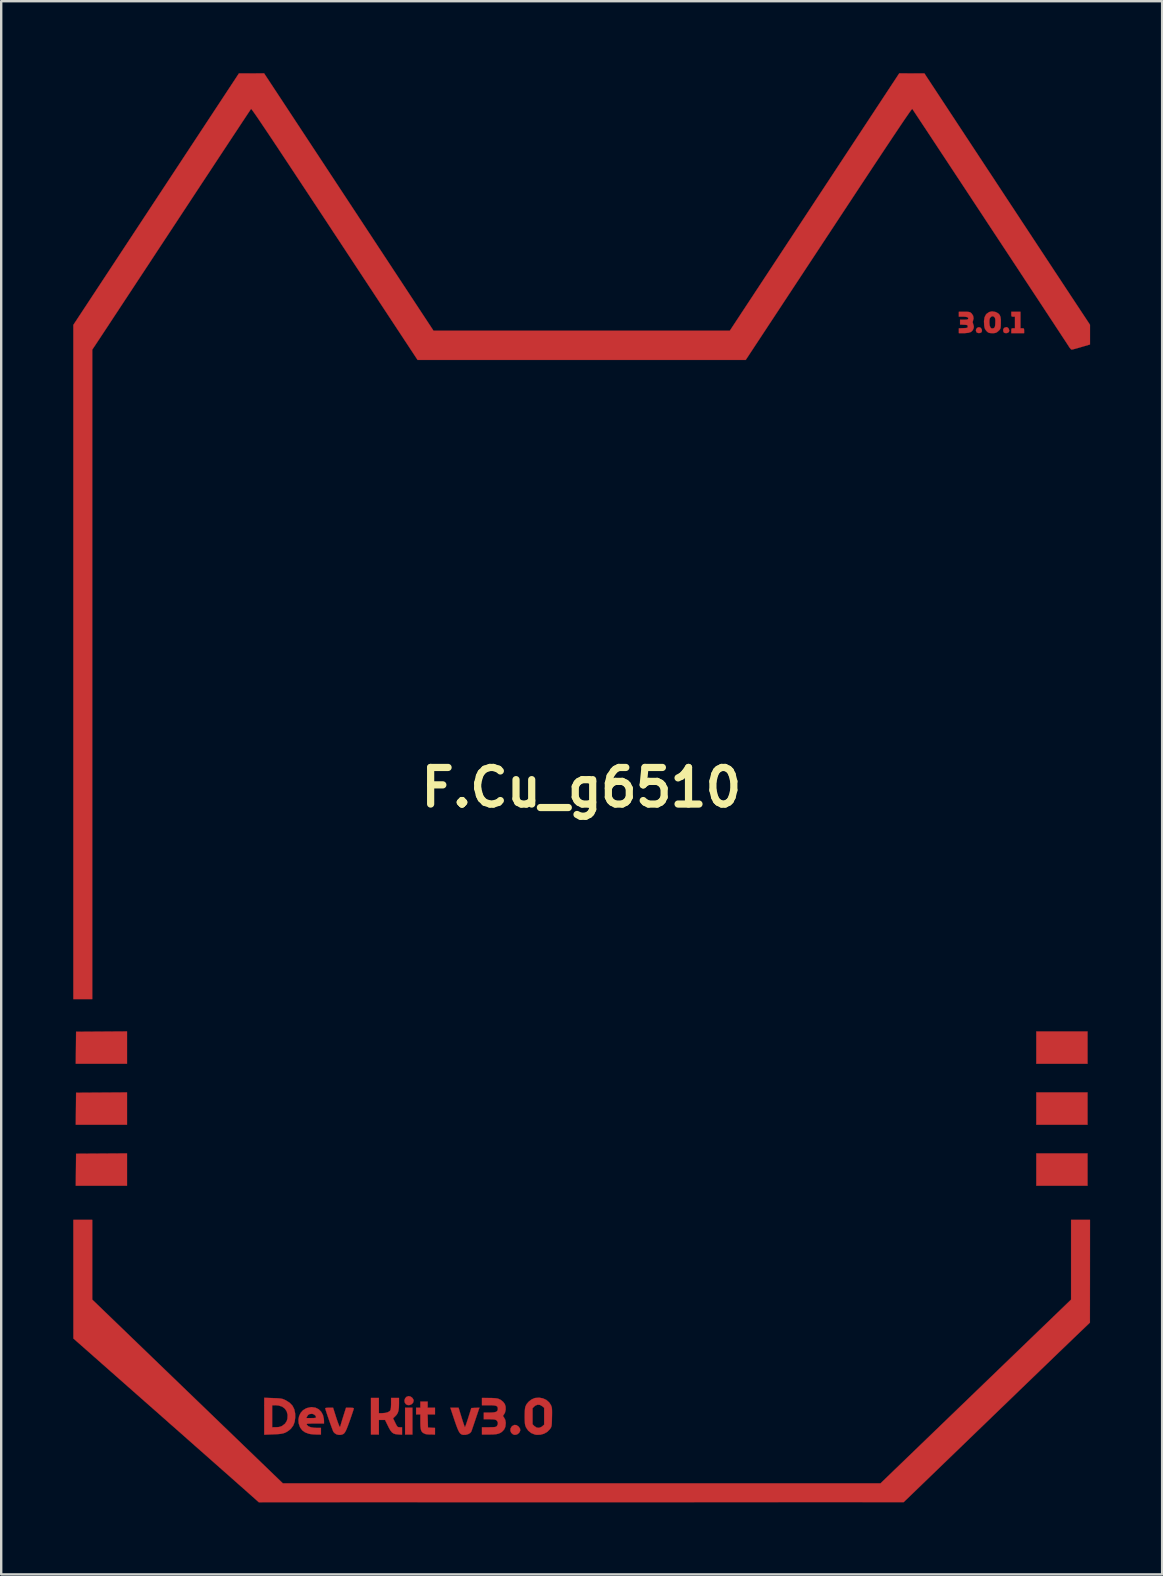
<source format=kicad_pcb>
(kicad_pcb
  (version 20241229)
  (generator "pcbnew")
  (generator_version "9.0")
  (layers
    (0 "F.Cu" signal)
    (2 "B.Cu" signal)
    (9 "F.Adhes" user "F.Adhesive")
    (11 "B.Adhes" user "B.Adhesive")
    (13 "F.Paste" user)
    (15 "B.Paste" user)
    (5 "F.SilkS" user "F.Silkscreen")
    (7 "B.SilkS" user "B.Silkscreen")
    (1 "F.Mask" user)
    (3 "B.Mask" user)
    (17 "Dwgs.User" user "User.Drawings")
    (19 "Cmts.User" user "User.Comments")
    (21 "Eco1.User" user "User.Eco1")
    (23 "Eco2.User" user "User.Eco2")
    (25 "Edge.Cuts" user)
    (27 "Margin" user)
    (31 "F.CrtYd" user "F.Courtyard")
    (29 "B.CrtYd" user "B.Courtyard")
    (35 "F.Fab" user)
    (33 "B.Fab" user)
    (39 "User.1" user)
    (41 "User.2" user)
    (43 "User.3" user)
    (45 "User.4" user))
  (footprint "F.Cu_g6510"
    (layer "F.Cu")
    (at 21.163 29.748)
    (property "Reference" "F.Cu_g6510" (at 0 0 0) (layer "F.SilkS") (effects (font (size 1.524 1.524) (thickness 0.3))))
    (attr through_hole)
    (fp_poly (pts (xy -18.923 11.506) (xy -21.057 11.506) (xy -21.044 10.173) (xy -18.923 10.159) (xy -18.923 11.506)) (stroke (width 0.01) (type solid)) (fill yes) (layer "F.Cu"))
    (fp_poly (pts (xy -18.923 14.046) (xy -21.057 14.046) (xy -21.044 12.713) (xy -18.923 12.699) (xy -18.923 14.046)) (stroke (width 0.01) (type solid)) (fill yes) (layer "F.Cu"))
    (fp_poly (pts (xy -18.923 16.586) (xy -21.057 16.586) (xy -21.044 15.253) (xy -18.923 15.239) (xy -18.923 16.586)) (stroke (width 0.01) (type solid)) (fill yes) (layer "F.Cu"))
    (fp_poly (pts (xy -7.036 26.949) (xy -7.341 26.949) (xy -7.341 25.832) (xy -7.036 25.832) (xy -7.036 26.949)) (stroke (width 0.01) (type solid)) (fill yes) (layer "F.Cu"))
    (fp_poly (pts (xy 21.082 11.506) (xy 18.948 11.506) (xy 18.948 10.16) (xy 21.082 10.16) (xy 21.082 11.506)) (stroke (width 0.01) (type solid)) (fill yes) (layer "F.Cu"))
    (fp_poly (pts (xy 21.082 14.046) (xy 18.948 14.046) (xy 18.948 12.7) (xy 21.082 12.7) (xy 21.082 14.046)) (stroke (width 0.01) (type solid)) (fill yes) (layer "F.Cu"))
    (fp_poly (pts (xy 21.082 16.586) (xy 18.948 16.586) (xy 18.948 15.24) (xy 21.082 15.24) (xy 21.082 16.586)) (stroke (width 0.01) (type solid)) (fill yes) (layer "F.Cu"))
    (fp_poly (pts (xy 16.597 -19.164) (xy 16.636 -19.14) (xy 16.679 -19.075) (xy 16.684 -19.005) (xy 16.657 -18.953) (xy 16.602 -18.928) (xy 16.531 -18.927) (xy 16.471 -18.949) (xy 16.46 -18.96) (xy 16.432 -19.024) (xy 16.441 -19.087) (xy 16.479 -19.138) (xy 16.534 -19.168) (xy 16.597 -19.164)) (stroke (width 0.01) (type solid)) (fill yes) (layer "F.Cu"))
    (fp_poly (pts (xy 17.763 -19.152) (xy 17.796 -19.112) (xy 17.824 -19.035) (xy 17.807 -18.972) (xy 17.75 -18.932) (xy 17.691 -18.923) (xy 17.625 -18.931) (xy 17.589 -18.961) (xy 17.577 -18.986) (xy 17.565 -19.069) (xy 17.599 -19.132) (xy 17.629 -19.152) (xy 17.704 -19.175) (xy 17.763 -19.152)) (stroke (width 0.01) (type solid)) (fill yes) (layer "F.Cu"))
    (fp_poly (pts (xy -7.106 25.371) (xy -7.036 25.425) (xy -6.992 25.498) (xy -6.985 25.54) (xy -7.007 25.621) (xy -7.063 25.683) (xy -7.14 25.719) (xy -7.224 25.724) (xy -7.3 25.693) (xy -7.315 25.679) (xy -7.361 25.604) (xy -7.367 25.52) (xy -7.34 25.44) (xy -7.284 25.379) (xy -7.204 25.35) (xy -7.187 25.349) (xy -7.106 25.371)) (stroke (width 0.01) (type solid)) (fill yes) (layer "F.Cu"))
    (fp_poly (pts (xy -2.704 26.556) (xy -2.619 26.613) (xy -2.614 26.617) (xy -2.554 26.702) (xy -2.545 26.787) (xy -2.587 26.871) (xy -2.597 26.884) (xy -2.681 26.947) (xy -2.772 26.963) (xy -2.845 26.943) (xy -2.92 26.879) (xy -2.956 26.796) (xy -2.952 26.705) (xy -2.907 26.622) (xy -2.877 26.593) (xy -2.79 26.549) (xy -2.704 26.556)) (stroke (width 0.01) (type solid)) (fill yes) (layer "F.Cu"))
    (fp_poly (pts (xy 18.288 -19.126) (xy 18.364 -19.126) (xy 18.413 -19.122) (xy 18.435 -19.1) (xy 18.44 -19.046) (xy 18.44 -19.025) (xy 18.44 -18.923) (xy 17.907 -18.923) (xy 17.907 -19.025) (xy 17.91 -19.09) (xy 17.926 -19.119) (xy 17.967 -19.126) (xy 17.983 -19.126) (xy 18.059 -19.126) (xy 18.059 -19.609) (xy 17.983 -19.609) (xy 17.934 -19.613) (xy 17.913 -19.635) (xy 17.907 -19.689) (xy 17.907 -19.71) (xy 17.907 -19.812) (xy 18.288 -19.812) (xy 18.288 -19.126)) (stroke (width 0.01) (type solid)) (fill yes) (layer "F.Cu"))
    (fp_poly (pts (xy -6.401 25.832) (xy -6.096 25.832) (xy -6.096 26.111) (xy -6.403 26.111) (xy -6.395 26.384) (xy -6.388 26.657) (xy -6.242 26.665) (xy -6.096 26.673) (xy -6.096 26.949) (xy -6.267 26.947) (xy -6.361 26.945) (xy -6.437 26.939) (xy -6.477 26.933) (xy -6.561 26.9) (xy -6.622 26.858) (xy -6.664 26.8) (xy -6.689 26.718) (xy -6.702 26.603) (xy -6.706 26.447) (xy -6.706 26.417) (xy -6.706 26.111) (xy -6.883 26.111) (xy -6.883 25.832) (xy -6.706 25.832) (xy -6.706 25.578) (xy -6.401 25.578) (xy -6.401 25.832)) (stroke (width 0.01) (type solid)) (fill yes) (layer "F.Cu"))
    (fp_poly (pts (xy -4.406 26.307) (xy -4.456 26.456) (xy -4.502 26.591) (xy -4.54 26.702) (xy -4.568 26.783) (xy -4.583 26.825) (xy -4.584 26.827) (xy -4.633 26.887) (xy -4.717 26.934) (xy -4.819 26.96) (xy -4.923 26.962) (xy -4.945 26.958) (xy -4.993 26.942) (xy -5.036 26.914) (xy -5.076 26.866) (xy -5.117 26.794) (xy -5.162 26.692) (xy -5.214 26.553) (xy -5.277 26.372) (xy -5.29 26.332) (xy -5.457 25.832) (xy -5.114 25.832) (xy -4.989 26.238) (xy -4.947 26.372) (xy -4.909 26.488) (xy -4.878 26.577) (xy -4.857 26.631) (xy -4.85 26.644) (xy -4.838 26.621) (xy -4.813 26.558) (xy -4.78 26.462) (xy -4.74 26.342) (xy -4.709 26.245) (xy -4.583 25.845) (xy -4.414 25.837) (xy -4.245 25.83) (xy -4.406 26.307)) (stroke (width 0.01) (type solid)) (fill yes) (layer "F.Cu"))
    (fp_poly (pts (xy -8.433 26.06) (xy -8.312 26.06) (xy -8.171 26.049) (xy -8.057 26.018) (xy -7.979 25.97) (xy -7.964 25.952) (xy -7.943 25.903) (xy -7.93 25.822) (xy -7.925 25.701) (xy -7.925 25.661) (xy -7.925 25.425) (xy -7.595 25.425) (xy -7.595 25.66) (xy -7.599 25.824) (xy -7.615 25.949) (xy -7.645 26.045) (xy -7.691 26.123) (xy -7.746 26.183) (xy -7.842 26.275) (xy -7.751 26.46) (xy -7.705 26.551) (xy -7.671 26.606) (xy -7.641 26.634) (xy -7.604 26.643) (xy -7.564 26.645) (xy -7.468 26.645) (xy -7.468 26.955) (xy -7.632 26.945) (xy -7.737 26.933) (xy -7.819 26.908) (xy -7.886 26.861) (xy -7.947 26.787) (xy -8.012 26.676) (xy -8.057 26.585) (xy -8.177 26.34) (xy -8.433 26.34) (xy -8.433 26.949) (xy -8.763 26.949) (xy -8.763 25.425) (xy -8.433 25.425) (xy -8.433 26.06)) (stroke (width 0.01) (type solid)) (fill yes) (layer "F.Cu"))
    (fp_poly (pts (xy -12.84 25.431) (xy -12.694 25.436) (xy -12.587 25.443) (xy -12.508 25.452) (xy -12.445 25.466) (xy -12.387 25.487) (xy -12.322 25.518) (xy -12.308 25.524) (xy -12.148 25.625) (xy -12.031 25.748) (xy -11.955 25.898) (xy -11.919 26.078) (xy -11.916 26.233) (xy -11.941 26.421) (xy -12 26.576) (xy -12.096 26.704) (xy -12.176 26.774) (xy -12.256 26.83) (xy -12.333 26.871) (xy -12.417 26.9) (xy -12.519 26.92) (xy -12.65 26.933) (xy -12.82 26.941) (xy -12.846 26.942) (xy -13.208 26.956) (xy -13.208 26.645) (xy -12.878 26.645) (xy -12.719 26.644) (xy -12.598 26.636) (xy -12.503 26.608) (xy -12.461 26.587) (xy -12.344 26.498) (xy -12.271 26.387) (xy -12.243 26.292) (xy -12.235 26.129) (xy -12.271 25.988) (xy -12.347 25.873) (xy -12.459 25.789) (xy -12.603 25.741) (xy -12.719 25.731) (xy -12.878 25.73) (xy -12.878 26.645) (xy -13.208 26.645) (xy -13.208 25.418) (xy -12.84 25.431)) (stroke (width 0.01) (type solid)) (fill yes) (layer "F.Cu"))
    (fp_poly (pts (xy 16.064 -19.811) (xy 16.136 -19.806) (xy 16.185 -19.794) (xy 16.221 -19.772) (xy 16.258 -19.738) (xy 16.316 -19.648) (xy 16.335 -19.543) (xy 16.312 -19.441) (xy 16.307 -19.432) (xy 16.297 -19.374) (xy 16.321 -19.293) (xy 16.321 -19.291) (xy 16.345 -19.214) (xy 16.341 -19.145) (xy 16.331 -19.109) (xy 16.288 -19.027) (xy 16.22 -18.97) (xy 16.12 -18.937) (xy 15.98 -18.924) (xy 15.932 -18.923) (xy 15.723 -18.923) (xy 15.723 -19.124) (xy 15.907 -19.131) (xy 16.002 -19.136) (xy 16.057 -19.144) (xy 16.083 -19.158) (xy 16.09 -19.184) (xy 16.091 -19.202) (xy 16.087 -19.237) (xy 16.069 -19.257) (xy 16.025 -19.267) (xy 15.943 -19.273) (xy 15.932 -19.273) (xy 15.773 -19.281) (xy 15.773 -19.482) (xy 15.936 -19.482) (xy 16.037 -19.486) (xy 16.094 -19.5) (xy 16.112 -19.517) (xy 16.111 -19.562) (xy 16.067 -19.591) (xy 15.977 -19.606) (xy 15.895 -19.609) (xy 15.723 -19.609) (xy 15.723 -19.812) (xy 15.953 -19.812) (xy 16.064 -19.811)) (stroke (width 0.01) (type solid)) (fill yes) (layer "F.Cu"))
    (fp_poly (pts (xy -20.371 19.668) (xy -20.371 21.328) (xy -16.402 25.155) (xy -12.433 28.981) (xy 12.46 28.981) (xy 20.396 21.329) (xy 20.396 18.009) (xy 21.184 18.009) (xy 21.183 20.149) (xy 21.181 22.288) (xy 20.617 22.827) (xy 20.539 22.902) (xy 20.426 23.011) (xy 20.281 23.15) (xy 20.107 23.318) (xy 19.904 23.512) (xy 19.677 23.731) (xy 19.426 23.973) (xy 19.155 24.234) (xy 18.865 24.514) (xy 18.559 24.809) (xy 18.239 25.117) (xy 17.907 25.438) (xy 17.566 25.767) (xy 17.217 26.103) (xy 16.864 26.445) (xy 16.739 26.565) (xy 13.424 29.765) (xy -0.005 29.767) (xy -13.434 29.769) (xy -14.157 29.127) (xy -14.258 29.038) (xy -14.394 28.918) (xy -14.563 28.768) (xy -14.762 28.592) (xy -14.989 28.392) (xy -15.24 28.17) (xy -15.514 27.928) (xy -15.807 27.669) (xy -16.118 27.395) (xy -16.442 27.108) (xy -16.778 26.811) (xy -17.124 26.507) (xy -17.475 26.196) (xy -17.83 25.883) (xy -18.018 25.718) (xy -21.156 22.949) (xy -21.157 20.479) (xy -21.158 18.009) (xy -20.371 18.009) (xy -20.371 19.668)) (stroke (width 0.01) (type solid)) (fill yes) (layer "F.Cu"))
    (fp_poly (pts (xy -10.211 26.239) (xy -10.167 26.372) (xy -10.126 26.485) (xy -10.092 26.571) (xy -10.068 26.621) (xy -10.057 26.631) (xy -10.034 26.596) (xy -10.033 26.589) (xy -10.026 26.557) (xy -10.005 26.485) (xy -9.975 26.383) (xy -9.937 26.261) (xy -9.917 26.197) (xy -9.802 25.832) (xy -9.638 25.832) (xy -9.54 25.836) (xy -9.488 25.847) (xy -9.476 25.864) (xy -9.485 25.896) (xy -9.508 25.969) (xy -9.543 26.074) (xy -9.587 26.204) (xy -9.638 26.35) (xy -9.647 26.376) (xy -9.712 26.555) (xy -9.765 26.693) (xy -9.81 26.794) (xy -9.851 26.865) (xy -9.893 26.912) (xy -9.939 26.94) (xy -9.993 26.956) (xy -10.034 26.963) (xy -10.122 26.961) (xy -10.203 26.939) (xy -10.272 26.895) (xy -10.324 26.84) (xy -10.342 26.802) (xy -10.372 26.726) (xy -10.411 26.62) (xy -10.456 26.496) (xy -10.504 26.361) (xy -10.551 26.225) (xy -10.594 26.097) (xy -10.63 25.987) (xy -10.655 25.904) (xy -10.667 25.857) (xy -10.668 25.852) (xy -10.645 25.842) (xy -10.584 25.834) (xy -10.504 25.832) (xy -10.34 25.832) (xy -10.211 26.239)) (stroke (width 0.01) (type solid)) (fill yes) (layer "F.Cu"))
    (fp_poly (pts (xy 17.238 -19.807) (xy 17.284 -19.79) (xy 17.366 -19.742) (xy 17.423 -19.681) (xy 17.457 -19.595) (xy 17.472 -19.478) (xy 17.471 -19.323) (xy 17.466 -19.214) (xy 17.459 -19.143) (xy 17.444 -19.096) (xy 17.417 -19.058) (xy 17.374 -19.016) (xy 17.368 -19.01) (xy 17.309 -18.961) (xy 17.256 -18.935) (xy 17.19 -18.924) (xy 17.117 -18.923) (xy 17.027 -18.926) (xy 16.968 -18.938) (xy 16.92 -18.968) (xy 16.879 -19.006) (xy 16.827 -19.069) (xy 16.796 -19.139) (xy 16.778 -19.236) (xy 16.771 -19.372) (xy 16.993 -19.372) (xy 17.004 -19.248) (xy 17.035 -19.163) (xy 17.084 -19.119) (xy 17.148 -19.121) (xy 17.183 -19.138) (xy 17.211 -19.165) (xy 17.228 -19.208) (xy 17.237 -19.282) (xy 17.241 -19.354) (xy 17.243 -19.46) (xy 17.235 -19.529) (xy 17.216 -19.573) (xy 17.206 -19.586) (xy 17.149 -19.628) (xy 17.093 -19.622) (xy 17.043 -19.583) (xy 17.013 -19.541) (xy 16.998 -19.48) (xy 16.993 -19.387) (xy 16.993 -19.372) (xy 16.771 -19.372) (xy 16.769 -19.427) (xy 16.792 -19.58) (xy 16.85 -19.696) (xy 16.876 -19.726) (xy 16.983 -19.801) (xy 17.105 -19.829) (xy 17.238 -19.807)) (stroke (width 0.01) (type solid)) (fill yes) (layer "F.Cu"))
    (fp_poly (pts (xy -11.074 25.83) (xy -10.941 25.895) (xy -10.836 25.999) (xy -10.762 26.135) (xy -10.724 26.3) (xy -10.719 26.389) (xy -10.719 26.492) (xy -11.088 26.492) (xy -11.231 26.492) (xy -11.331 26.494) (xy -11.394 26.497) (xy -11.428 26.504) (xy -11.439 26.516) (xy -11.435 26.533) (xy -11.429 26.545) (xy -11.368 26.606) (xy -11.262 26.647) (xy -11.115 26.668) (xy -11.037 26.67) (xy -10.846 26.67) (xy -10.846 26.949) (xy -11.043 26.948) (xy -11.157 26.943) (xy -11.269 26.931) (xy -11.354 26.915) (xy -11.355 26.915) (xy -11.509 26.857) (xy -11.624 26.774) (xy -11.709 26.661) (xy -11.72 26.639) (xy -11.773 26.484) (xy -11.784 26.328) (xy -11.772 26.264) (xy -11.457 26.264) (xy -11.253 26.264) (xy -11.148 26.262) (xy -11.086 26.255) (xy -11.056 26.242) (xy -11.049 26.226) (xy -11.071 26.169) (xy -11.126 26.118) (xy -11.197 26.089) (xy -11.225 26.086) (xy -11.317 26.096) (xy -11.378 26.131) (xy -11.419 26.19) (xy -11.457 26.264) (xy -11.772 26.264) (xy -11.755 26.179) (xy -11.691 26.046) (xy -11.594 25.937) (xy -11.468 25.86) (xy -11.424 25.845) (xy -11.336 25.823) (xy -11.258 25.809) (xy -11.229 25.807) (xy -11.074 25.83)) (stroke (width 0.01) (type solid)) (fill yes) (layer "F.Cu"))
    (fp_poly (pts (xy -1.6 25.442) (xy -1.457 25.508) (xy -1.341 25.609) (xy -1.272 25.714) (xy -1.25 25.762) (xy -1.235 25.81) (xy -1.226 25.867) (xy -1.222 25.943) (xy -1.221 26.048) (xy -1.223 26.192) (xy -1.224 26.222) (xy -1.227 26.372) (xy -1.231 26.48) (xy -1.237 26.556) (xy -1.247 26.611) (xy -1.263 26.652) (xy -1.286 26.691) (xy -1.308 26.724) (xy -1.417 26.836) (xy -1.555 26.915) (xy -1.712 26.958) (xy -1.875 26.96) (xy -1.943 26.947) (xy -2.093 26.885) (xy -2.216 26.784) (xy -2.306 26.65) (xy -2.337 26.566) (xy -2.35 26.493) (xy -2.357 26.384) (xy -2.361 26.253) (xy -2.36 26.114) (xy -2.356 25.981) (xy -2.347 25.87) (xy -2.344 25.853) (xy -2.032 25.853) (xy -2.032 26.522) (xy -1.958 26.596) (xy -1.866 26.657) (xy -1.767 26.67) (xy -1.666 26.633) (xy -1.628 26.604) (xy -1.549 26.538) (xy -1.549 25.836) (xy -1.628 25.771) (xy -1.727 25.714) (xy -1.827 25.707) (xy -1.923 25.749) (xy -1.958 25.779) (xy -2.032 25.853) (xy -2.344 25.853) (xy -2.334 25.794) (xy -2.281 25.682) (xy -2.191 25.577) (xy -2.078 25.49) (xy -1.956 25.434) (xy -1.928 25.427) (xy -1.76 25.413) (xy -1.6 25.442)) (stroke (width 0.01) (type solid)) (fill yes) (layer "F.Cu"))
    (fp_poly (pts (xy -3.854 25.426) (xy -3.728 25.428) (xy -3.611 25.434) (xy -3.519 25.444) (xy -3.474 25.452) (xy -3.358 25.505) (xy -3.254 25.59) (xy -3.187 25.681) (xy -3.154 25.79) (xy -3.152 25.914) (xy -3.179 26.032) (xy -3.208 26.088) (xy -3.266 26.175) (xy -3.208 26.261) (xy -3.167 26.344) (xy -3.15 26.445) (xy -3.15 26.484) (xy -3.165 26.625) (xy -3.214 26.736) (xy -3.302 26.831) (xy -3.371 26.879) (xy -3.451 26.913) (xy -3.552 26.935) (xy -3.684 26.946) (xy -3.854 26.949) (xy -4.14 26.949) (xy -4.14 26.645) (xy -3.852 26.645) (xy -3.724 26.644) (xy -3.637 26.64) (xy -3.581 26.632) (xy -3.545 26.617) (xy -3.52 26.596) (xy -3.519 26.595) (xy -3.479 26.519) (xy -3.481 26.437) (xy -3.522 26.368) (xy -3.53 26.36) (xy -3.569 26.338) (xy -3.623 26.323) (xy -3.705 26.316) (xy -3.826 26.314) (xy -4.064 26.314) (xy -4.064 26.035) (xy -3.828 26.035) (xy -3.684 26.03) (xy -3.583 26.014) (xy -3.52 25.984) (xy -3.487 25.937) (xy -3.48 25.883) (xy -3.486 25.823) (xy -3.508 25.781) (xy -3.553 25.753) (xy -3.63 25.738) (xy -3.745 25.731) (xy -3.85 25.73) (xy -4.14 25.73) (xy -4.14 25.425) (xy -3.854 25.426)) (stroke (width 0.01) (type solid)) (fill yes) (layer "F.Cu"))
    (fp_poly (pts (xy 13.763 -29.742) (xy 14.287 -29.741) (xy 16.89 -25.786) (xy 17.173 -25.358) (xy 17.456 -24.927) (xy 17.738 -24.498) (xy 18.018 -24.074) (xy 18.292 -23.657) (xy 18.559 -23.252) (xy 18.817 -22.86) (xy 19.064 -22.485) (xy 19.298 -22.13) (xy 19.517 -21.798) (xy 19.718 -21.492) (xy 19.901 -21.216) (xy 20.062 -20.971) (xy 20.199 -20.763) (xy 20.312 -20.592) (xy 20.338 -20.552) (xy 21.184 -19.272) (xy 21.184 -18.451) (xy 20.821 -18.344) (xy 20.691 -18.306) (xy 20.576 -18.274) (xy 20.487 -18.251) (xy 20.432 -18.239) (xy 20.421 -18.237) (xy 20.387 -18.257) (xy 20.342 -18.309) (xy 20.317 -18.345) (xy 20.295 -18.381) (xy 20.246 -18.456) (xy 20.173 -18.568) (xy 20.076 -18.715) (xy 19.958 -18.895) (xy 19.82 -19.105) (xy 19.664 -19.343) (xy 19.49 -19.607) (xy 19.301 -19.895) (xy 19.098 -20.204) (xy 18.882 -20.532) (xy 18.655 -20.876) (xy 18.419 -21.235) (xy 18.175 -21.607) (xy 17.924 -21.988) (xy 17.668 -22.376) (xy 17.408 -22.77) (xy 17.146 -23.168) (xy 16.884 -23.565) (xy 16.623 -23.962) (xy 16.364 -24.354) (xy 16.11 -24.741) (xy 15.86 -25.119) (xy 15.618 -25.487) (xy 15.384 -25.841) (xy 15.16 -26.181) (xy 14.947 -26.503) (xy 14.748 -26.805) (xy 14.563 -27.086) (xy 14.394 -27.342) (xy 14.242 -27.571) (xy 14.109 -27.772) (xy 13.997 -27.942) (xy 13.907 -28.078) (xy 13.84 -28.178) (xy 13.798 -28.241) (xy 13.783 -28.263) (xy 13.773 -28.257) (xy 13.75 -28.23) (xy 13.713 -28.181) (xy 13.661 -28.109) (xy 13.594 -28.012) (xy 13.51 -27.891) (xy 13.409 -27.743) (xy 13.29 -27.567) (xy 13.153 -27.362) (xy 12.996 -27.128) (xy 12.819 -26.862) (xy 12.62 -26.564) (xy 12.4 -26.232) (xy 12.157 -25.865) (xy 11.891 -25.463) (xy 11.601 -25.024) (xy 11.286 -24.546) (xy 10.945 -24.029) (xy 10.578 -23.472) (xy 10.3 -23.05) (xy 6.845 -17.806) (xy -6.82 -17.806) (xy -10.274 -23.05) (xy -10.66 -23.637) (xy -11.02 -24.182) (xy -11.353 -24.687) (xy -11.661 -25.153) (xy -11.944 -25.581) (xy -12.203 -25.973) (xy -12.439 -26.329) (xy -12.652 -26.651) (xy -12.844 -26.94) (xy -13.015 -27.196) (xy -13.167 -27.422) (xy -13.299 -27.618) (xy -13.412 -27.786) (xy -13.508 -27.927) (xy -13.587 -28.041) (xy -13.65 -28.13) (xy -13.698 -28.196) (xy -13.731 -28.239) (xy -13.751 -28.261) (xy -13.757 -28.263) (xy -13.773 -28.239) (xy -13.816 -28.175) (xy -13.885 -28.072) (xy -13.977 -27.933) (xy -14.093 -27.758) (xy -14.229 -27.552) (xy -14.386 -27.314) (xy -14.562 -27.048) (xy -14.756 -26.754) (xy -14.966 -26.436) (xy -15.191 -26.095) (xy -15.429 -25.733) (xy -15.681 -25.352) (xy -15.943 -24.954) (xy -16.215 -24.541) (xy -16.496 -24.114) (xy -16.784 -23.677) (xy -16.803 -23.647) (xy -17.096 -23.203) (xy -17.383 -22.767) (xy -17.664 -22.341) (xy -17.936 -21.927) (xy -18.199 -21.527) (xy -18.452 -21.144) (xy -18.692 -20.779) (xy -18.918 -20.436) (xy -19.129 -20.116) (xy -19.323 -19.821) (xy -19.5 -19.553) (xy -19.656 -19.315) (xy -19.792 -19.109) (xy -19.906 -18.936) (xy -19.996 -18.8) (xy -20.06 -18.702) (xy -20.096 -18.648) (xy -20.371 -18.234) (xy -20.371 8.814) (xy -21.158 8.814) (xy -21.158 -19.266) (xy -17.71 -24.503) (xy -14.262 -29.741) (xy -13.738 -29.742) (xy -13.213 -29.743) (xy -9.686 -24.385) (xy -6.16 -19.027) (xy 6.185 -19.027) (xy 9.712 -24.385) (xy 13.239 -29.743) (xy 13.763 -29.742)) (stroke (width 0.01) (type solid)) (fill yes) (layer "F.Cu")))
  (gr_rect
    (start -3 -3)
    (end 45.352 62.522)
    (stroke (width 0.1) (type default))
    (fill no)
    (layer "Edge.Cuts")))
</source>
